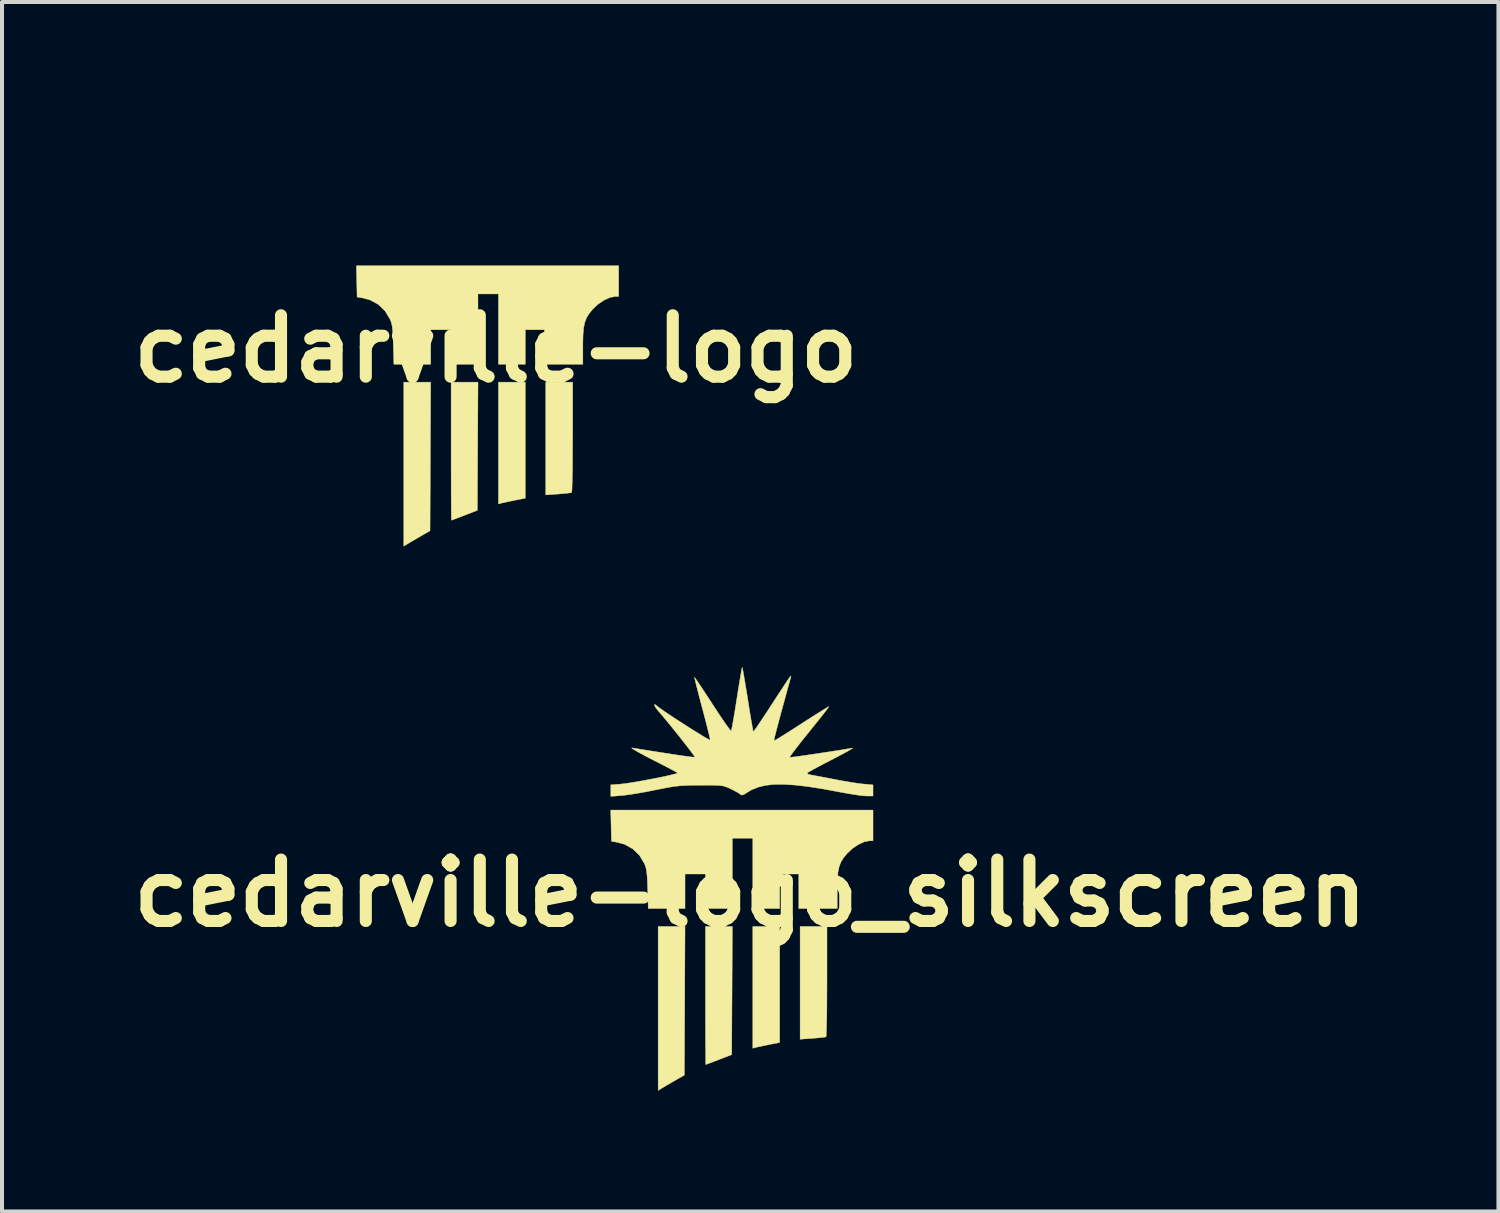
<source format=kicad_pcb>
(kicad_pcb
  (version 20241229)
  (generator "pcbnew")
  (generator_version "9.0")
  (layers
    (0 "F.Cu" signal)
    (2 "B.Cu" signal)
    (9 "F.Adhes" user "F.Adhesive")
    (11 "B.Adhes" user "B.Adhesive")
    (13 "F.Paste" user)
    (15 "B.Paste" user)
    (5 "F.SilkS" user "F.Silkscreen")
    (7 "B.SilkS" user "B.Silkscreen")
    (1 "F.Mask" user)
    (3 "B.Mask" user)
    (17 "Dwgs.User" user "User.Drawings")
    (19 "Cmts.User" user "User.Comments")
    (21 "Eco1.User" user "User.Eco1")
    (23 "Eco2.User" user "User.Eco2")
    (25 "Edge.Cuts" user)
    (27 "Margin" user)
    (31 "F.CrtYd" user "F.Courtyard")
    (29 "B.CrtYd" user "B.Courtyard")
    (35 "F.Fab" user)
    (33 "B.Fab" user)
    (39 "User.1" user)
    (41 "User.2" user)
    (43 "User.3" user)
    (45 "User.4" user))
  (footprint "cedarville-logo"
    (layer "F.Cu")
    (at 9.26 5.611)
    (property "Reference" "cedarville-logo" (at 0 0 0) (layer "F.SilkS") (effects (font (size 1.524 1.524) (thickness 0.3))))
    (attr through_hole)
    (fp_poly (pts (xy -0.19 -5.573) (xy -0.174 -5.486) (xy -0.151 -5.353) (xy -0.122 -5.182) (xy -0.089 -4.984) (xy -0.061 -4.808) (xy -0.027 -4.592) (xy 0.005 -4.398) (xy 0.033 -4.235) (xy 0.055 -4.11) (xy 0.07 -4.032) (xy 0.076 -4.009) (xy 0.095 -4.032) (xy 0.145 -4.1) (xy 0.219 -4.208) (xy 0.313 -4.348) (xy 0.422 -4.513) (xy 0.512 -4.652) (xy 0.632 -4.836) (xy 0.742 -5.004) (xy 0.837 -5.149) (xy 0.912 -5.262) (xy 0.962 -5.336) (xy 0.979 -5.359) (xy 1.009 -5.394) (xy 1.01 -5.375) (xy 1.003 -5.35) (xy 0.99 -5.302) (xy 0.963 -5.203) (xy 0.924 -5.061) (xy 0.876 -4.885) (xy 0.821 -4.685) (xy 0.781 -4.54) (xy 0.725 -4.333) (xy 0.676 -4.147) (xy 0.635 -3.991) (xy 0.606 -3.873) (xy 0.59 -3.801) (xy 0.588 -3.783) (xy 0.616 -3.797) (xy 0.691 -3.84) (xy 0.804 -3.91) (xy 0.948 -4.001) (xy 1.117 -4.108) (xy 1.27 -4.207) (xy 1.453 -4.325) (xy 1.618 -4.43) (xy 1.758 -4.517) (xy 1.864 -4.583) (xy 1.931 -4.622) (xy 1.951 -4.631) (xy 1.934 -4.604) (xy 1.883 -4.535) (xy 1.801 -4.43) (xy 1.696 -4.297) (xy 1.57 -4.141) (xy 1.457 -4) (xy 1.321 -3.832) (xy 1.201 -3.679) (xy 1.102 -3.551) (xy 1.029 -3.452) (xy 0.988 -3.391) (xy 0.981 -3.372) (xy 1.017 -3.375) (xy 1.105 -3.386) (xy 1.235 -3.403) (xy 1.397 -3.426) (xy 1.58 -3.453) (xy 1.774 -3.482) (xy 1.968 -3.512) (xy 2.152 -3.54) (xy 2.317 -3.566) (xy 2.45 -3.589) (xy 2.54 -3.605) (xy 2.537 -3.596) (xy 2.485 -3.562) (xy 2.389 -3.508) (xy 2.258 -3.437) (xy 2.098 -3.353) (xy 2.037 -3.321) (xy 1.859 -3.23) (xy 1.701 -3.146) (xy 1.569 -3.076) (xy 1.475 -3.023) (xy 1.425 -2.993) (xy 1.421 -2.99) (xy 1.422 -2.963) (xy 1.483 -2.942) (xy 1.512 -2.936) (xy 1.587 -2.922) (xy 1.709 -2.899) (xy 1.865 -2.87) (xy 2.038 -2.836) (xy 2.111 -2.822) (xy 2.3 -2.787) (xy 2.489 -2.755) (xy 2.658 -2.729) (xy 2.789 -2.712) (xy 2.818 -2.71) (xy 3.048 -2.689) (xy 3.048 -2.413) (xy 2.888 -2.413) (xy 2.8 -2.419) (xy 2.666 -2.436) (xy 2.5 -2.462) (xy 2.32 -2.493) (xy 2.245 -2.507) (xy 1.815 -2.587) (xy 1.439 -2.646) (xy 1.113 -2.684) (xy 0.83 -2.702) (xy 0.587 -2.7) (xy 0.378 -2.676) (xy 0.196 -2.632) (xy 0.038 -2.568) (xy -0.08 -2.498) (xy -0.158 -2.449) (xy -0.207 -2.435) (xy -0.244 -2.452) (xy -0.253 -2.46) (xy -0.307 -2.497) (xy -0.399 -2.547) (xy -0.493 -2.594) (xy -0.564 -2.626) (xy -0.626 -2.649) (xy -0.691 -2.665) (xy -0.771 -2.675) (xy -0.879 -2.68) (xy -1.025 -2.681) (xy -1.222 -2.681) (xy -1.238 -2.681) (xy -1.447 -2.679) (xy -1.615 -2.674) (xy -1.76 -2.664) (xy -1.901 -2.648) (xy -2.057 -2.622) (xy -2.246 -2.585) (xy -2.365 -2.561) (xy -2.57 -2.52) (xy -2.775 -2.484) (xy -2.963 -2.453) (xy -3.117 -2.432) (xy -3.199 -2.423) (xy -3.461 -2.404) (xy -3.461 -2.69) (xy -3.231 -2.707) (xy -3.126 -2.719) (xy -2.986 -2.739) (xy -2.82 -2.766) (xy -2.64 -2.798) (xy -2.455 -2.833) (xy -2.275 -2.868) (xy -2.111 -2.902) (xy -1.972 -2.934) (xy -1.868 -2.96) (xy -1.81 -2.979) (xy -1.801 -2.987) (xy -1.836 -3.007) (xy -1.918 -3.052) (xy -2.04 -3.116) (xy -2.192 -3.195) (xy -2.367 -3.285) (xy -2.429 -3.316) (xy -2.6 -3.405) (xy -2.744 -3.482) (xy -2.854 -3.544) (xy -2.922 -3.587) (xy -2.944 -3.607) (xy -2.937 -3.608) (xy -2.529 -3.542) (xy -2.183 -3.488) (xy -1.899 -3.444) (xy -1.677 -3.411) (xy -1.516 -3.389) (xy -1.415 -3.378) (xy -1.375 -3.377) (xy -1.374 -3.378) (xy -1.389 -3.405) (xy -1.438 -3.473) (xy -1.514 -3.575) (xy -1.611 -3.7) (xy -1.722 -3.842) (xy -1.842 -3.992) (xy -1.963 -4.143) (xy -2.08 -4.285) (xy -2.185 -4.411) (xy -2.272 -4.512) (xy -2.276 -4.517) (xy -2.338 -4.595) (xy -2.373 -4.653) (xy -2.378 -4.684) (xy -2.352 -4.678) (xy -2.31 -4.644) (xy -2.258 -4.603) (xy -2.166 -4.538) (xy -2.044 -4.455) (xy -1.9 -4.359) (xy -1.742 -4.257) (xy -1.58 -4.152) (xy -1.422 -4.052) (xy -1.277 -3.962) (xy -1.153 -3.886) (xy -1.059 -3.832) (xy -1.004 -3.803) (xy -0.993 -3.801) (xy -0.999 -3.837) (xy -1.019 -3.926) (xy -1.052 -4.06) (xy -1.094 -4.228) (xy -1.145 -4.424) (xy -1.188 -4.588) (xy -1.244 -4.797) (xy -1.293 -4.985) (xy -1.333 -5.144) (xy -1.363 -5.264) (xy -1.38 -5.339) (xy -1.383 -5.359) (xy -1.364 -5.336) (xy -1.315 -5.266) (xy -1.242 -5.157) (xy -1.148 -5.015) (xy -1.038 -4.848) (xy -0.933 -4.686) (xy -0.813 -4.502) (xy -0.704 -4.339) (xy -0.611 -4.204) (xy -0.538 -4.102) (xy -0.49 -4.041) (xy -0.473 -4.026) (xy -0.463 -4.062) (xy -0.445 -4.153) (xy -0.421 -4.288) (xy -0.391 -4.46) (xy -0.359 -4.661) (xy -0.332 -4.833) (xy -0.298 -5.047) (xy -0.267 -5.237) (xy -0.24 -5.397) (xy -0.219 -5.517) (xy -0.204 -5.589) (xy -0.198 -5.606) (xy -0.19 -5.573)) (stroke (width 0.01) (type solid)) (fill yes) (layer "F.Mask"))
    (fp_poly (pts (xy -1.635 4.516) (xy -1.841 4.634) (xy -1.963 4.705) (xy -2.081 4.773) (xy -2.167 4.824) (xy -2.286 4.896) (xy -2.286 0.826) (xy -1.619 0.826) (xy -1.635 4.516)) (stroke (width 0.01) (type solid)) (fill yes) (layer "F.SilkS"))
    (fp_poly (pts (xy 0.73 3.706) (xy 0.468 3.758) (xy 0.338 3.785) (xy 0.224 3.81) (xy 0.147 3.827) (xy 0.135 3.83) (xy 0.064 3.849) (xy 0.064 0.826) (xy 0.73 0.826) (xy 0.73 3.706)) (stroke (width 0.01) (type solid)) (fill yes) (layer "F.SilkS"))
    (fp_poly (pts (xy 1.905 2.189) (xy 1.904 2.477) (xy 1.903 2.745) (xy 1.901 2.986) (xy 1.897 3.194) (xy 1.893 3.362) (xy 1.889 3.484) (xy 1.884 3.553) (xy 1.881 3.566) (xy 1.841 3.574) (xy 1.753 3.585) (xy 1.631 3.596) (xy 1.548 3.603) (xy 1.238 3.625) (xy 1.238 0.826) (xy 1.905 0.826) (xy 1.905 2.189)) (stroke (width 0.01) (type solid)) (fill yes) (layer "F.SilkS"))
    (fp_poly (pts (xy -0.46 4.008) (xy -0.778 4.131) (xy -0.908 4.181) (xy -1.014 4.221) (xy -1.083 4.247) (xy -1.103 4.254) (xy -1.105 4.224) (xy -1.106 4.135) (xy -1.107 3.995) (xy -1.109 3.808) (xy -1.11 3.581) (xy -1.11 3.32) (xy -1.111 3.029) (xy -1.111 2.716) (xy -1.111 2.54) (xy -1.111 0.826) (xy -0.444 0.826) (xy -0.46 4.008)) (stroke (width 0.01) (type solid)) (fill yes) (layer "F.SilkS"))
    (fp_poly (pts (xy -0.207 -2.064) (xy 3.048 -2.064) (xy 3.048 -1.302) (xy 2.961 -1.301) (xy 2.833 -1.277) (xy 2.686 -1.21) (xy 2.538 -1.111) (xy 2.408 -0.99) (xy 2.407 -0.989) (xy 2.318 -0.881) (xy 2.253 -0.776) (xy 2.208 -0.662) (xy 2.179 -0.525) (xy 2.164 -0.353) (xy 2.159 -0.133) (xy 2.159 -0.074) (xy 2.159 0.381) (xy 1.206 0.381) (xy 1.206 -0.476) (xy 0.73 -0.476) (xy 0.73 0.381) (xy 0.064 0.381) (xy 0.064 -1.365) (xy -0.445 -1.365) (xy -0.445 0.381) (xy -1.111 0.381) (xy -1.111 -0.476) (xy -1.619 -0.476) (xy -1.619 0.381) (xy -2.532 0.381) (xy -2.546 -0.103) (xy -2.553 -0.303) (xy -2.562 -0.451) (xy -2.575 -0.562) (xy -2.593 -0.646) (xy -2.618 -0.717) (xy -2.625 -0.732) (xy -2.751 -0.941) (xy -2.918 -1.102) (xy -3.122 -1.214) (xy -3.306 -1.264) (xy -3.445 -1.288) (xy -3.463 -2.064) (xy -0.207 -2.064)) (stroke (width 0.01) (type solid)) (fill yes) (layer "F.SilkS")))
  (footprint "cedarville-logo_silkscreen"
    (layer "F.Cu")
    (at 15.574 19.123)
    (property "Reference" "cedarville-logo_silkscreen" (at 0 0 0) (layer "F.SilkS") (effects (font (size 1.524 1.524) (thickness 0.3))))
    (attr through_hole)
    (fp_poly (pts (xy -1.635 4.516) (xy -1.841 4.634) (xy -1.963 4.705) (xy -2.081 4.773) (xy -2.167 4.824) (xy -2.286 4.896) (xy -2.286 0.826) (xy -1.619 0.826) (xy -1.635 4.516)) (stroke (width 0.01) (type solid)) (fill yes) (layer "F.SilkS"))
    (fp_poly (pts (xy 0.73 3.706) (xy 0.468 3.758) (xy 0.338 3.785) (xy 0.224 3.81) (xy 0.147 3.827) (xy 0.135 3.83) (xy 0.064 3.849) (xy 0.064 0.826) (xy 0.73 0.826) (xy 0.73 3.706)) (stroke (width 0.01) (type solid)) (fill yes) (layer "F.SilkS"))
    (fp_poly (pts (xy 1.905 2.189) (xy 1.904 2.477) (xy 1.903 2.745) (xy 1.901 2.986) (xy 1.897 3.194) (xy 1.893 3.362) (xy 1.889 3.484) (xy 1.884 3.553) (xy 1.881 3.566) (xy 1.841 3.574) (xy 1.753 3.585) (xy 1.631 3.596) (xy 1.548 3.603) (xy 1.238 3.625) (xy 1.238 0.826) (xy 1.905 0.826) (xy 1.905 2.189)) (stroke (width 0.01) (type solid)) (fill yes) (layer "F.SilkS"))
    (fp_poly (pts (xy -0.46 4.008) (xy -0.778 4.131) (xy -0.908 4.181) (xy -1.014 4.221) (xy -1.083 4.247) (xy -1.103 4.254) (xy -1.105 4.224) (xy -1.106 4.135) (xy -1.107 3.995) (xy -1.109 3.808) (xy -1.11 3.581) (xy -1.11 3.32) (xy -1.111 3.029) (xy -1.111 2.716) (xy -1.111 2.54) (xy -1.111 0.826) (xy -0.444 0.826) (xy -0.46 4.008)) (stroke (width 0.01) (type solid)) (fill yes) (layer "F.SilkS"))
    (fp_poly (pts (xy -0.207 -2.064) (xy 3.048 -2.064) (xy 3.048 -1.302) (xy 2.961 -1.301) (xy 2.833 -1.277) (xy 2.686 -1.21) (xy 2.538 -1.111) (xy 2.408 -0.99) (xy 2.407 -0.989) (xy 2.318 -0.881) (xy 2.253 -0.776) (xy 2.208 -0.662) (xy 2.179 -0.525) (xy 2.164 -0.353) (xy 2.159 -0.133) (xy 2.159 -0.074) (xy 2.159 0.381) (xy 1.206 0.381) (xy 1.206 -0.476) (xy 0.73 -0.476) (xy 0.73 0.381) (xy 0.064 0.381) (xy 0.064 -1.365) (xy -0.445 -1.365) (xy -0.445 0.381) (xy -1.111 0.381) (xy -1.111 -0.476) (xy -1.619 -0.476) (xy -1.619 0.381) (xy -2.532 0.381) (xy -2.546 -0.103) (xy -2.553 -0.303) (xy -2.562 -0.451) (xy -2.575 -0.562) (xy -2.593 -0.646) (xy -2.618 -0.717) (xy -2.625 -0.732) (xy -2.751 -0.941) (xy -2.918 -1.102) (xy -3.122 -1.214) (xy -3.306 -1.264) (xy -3.445 -1.288) (xy -3.463 -2.064) (xy -0.207 -2.064)) (stroke (width 0.01) (type solid)) (fill yes) (layer "F.SilkS"))
    (fp_poly (pts (xy -0.19 -5.573) (xy -0.174 -5.486) (xy -0.151 -5.353) (xy -0.122 -5.182) (xy -0.089 -4.984) (xy -0.061 -4.808) (xy -0.027 -4.592) (xy 0.005 -4.398) (xy 0.033 -4.235) (xy 0.055 -4.11) (xy 0.07 -4.032) (xy 0.076 -4.009) (xy 0.095 -4.032) (xy 0.145 -4.1) (xy 0.219 -4.208) (xy 0.313 -4.348) (xy 0.422 -4.513) (xy 0.512 -4.652) (xy 0.632 -4.836) (xy 0.742 -5.004) (xy 0.837 -5.149) (xy 0.912 -5.262) (xy 0.962 -5.336) (xy 0.979 -5.359) (xy 1.009 -5.394) (xy 1.01 -5.375) (xy 1.003 -5.35) (xy 0.99 -5.302) (xy 0.963 -5.203) (xy 0.924 -5.061) (xy 0.876 -4.885) (xy 0.821 -4.685) (xy 0.781 -4.54) (xy 0.725 -4.333) (xy 0.676 -4.147) (xy 0.635 -3.991) (xy 0.606 -3.873) (xy 0.59 -3.801) (xy 0.588 -3.783) (xy 0.616 -3.797) (xy 0.691 -3.84) (xy 0.804 -3.91) (xy 0.948 -4.001) (xy 1.117 -4.108) (xy 1.27 -4.207) (xy 1.453 -4.325) (xy 1.618 -4.43) (xy 1.758 -4.517) (xy 1.864 -4.583) (xy 1.931 -4.622) (xy 1.951 -4.631) (xy 1.934 -4.604) (xy 1.883 -4.535) (xy 1.801 -4.43) (xy 1.696 -4.297) (xy 1.57 -4.141) (xy 1.457 -4) (xy 1.321 -3.832) (xy 1.201 -3.679) (xy 1.102 -3.551) (xy 1.029 -3.452) (xy 0.988 -3.391) (xy 0.981 -3.372) (xy 1.017 -3.375) (xy 1.105 -3.386) (xy 1.235 -3.403) (xy 1.397 -3.426) (xy 1.58 -3.453) (xy 1.774 -3.482) (xy 1.968 -3.512) (xy 2.152 -3.54) (xy 2.317 -3.566) (xy 2.45 -3.589) (xy 2.54 -3.605) (xy 2.537 -3.596) (xy 2.485 -3.562) (xy 2.389 -3.508) (xy 2.258 -3.437) (xy 2.098 -3.353) (xy 2.037 -3.321) (xy 1.859 -3.23) (xy 1.701 -3.146) (xy 1.569 -3.076) (xy 1.475 -3.023) (xy 1.425 -2.993) (xy 1.421 -2.99) (xy 1.422 -2.963) (xy 1.483 -2.942) (xy 1.512 -2.936) (xy 1.587 -2.922) (xy 1.709 -2.899) (xy 1.865 -2.87) (xy 2.038 -2.836) (xy 2.111 -2.822) (xy 2.3 -2.787) (xy 2.489 -2.755) (xy 2.658 -2.729) (xy 2.789 -2.712) (xy 2.818 -2.71) (xy 3.048 -2.689) (xy 3.048 -2.413) (xy 2.888 -2.413) (xy 2.8 -2.419) (xy 2.666 -2.436) (xy 2.5 -2.462) (xy 2.32 -2.493) (xy 2.245 -2.507) (xy 1.815 -2.587) (xy 1.439 -2.646) (xy 1.113 -2.684) (xy 0.83 -2.702) (xy 0.587 -2.7) (xy 0.378 -2.676) (xy 0.196 -2.632) (xy 0.038 -2.568) (xy -0.08 -2.498) (xy -0.158 -2.449) (xy -0.207 -2.435) (xy -0.244 -2.452) (xy -0.253 -2.46) (xy -0.307 -2.497) (xy -0.399 -2.547) (xy -0.493 -2.594) (xy -0.564 -2.626) (xy -0.626 -2.649) (xy -0.691 -2.665) (xy -0.771 -2.675) (xy -0.879 -2.68) (xy -1.025 -2.681) (xy -1.222 -2.681) (xy -1.238 -2.681) (xy -1.447 -2.679) (xy -1.615 -2.674) (xy -1.76 -2.664) (xy -1.901 -2.648) (xy -2.057 -2.622) (xy -2.246 -2.585) (xy -2.365 -2.561) (xy -2.57 -2.52) (xy -2.775 -2.484) (xy -2.963 -2.453) (xy -3.117 -2.432) (xy -3.199 -2.423) (xy -3.461 -2.404) (xy -3.461 -2.69) (xy -3.231 -2.707) (xy -3.126 -2.719) (xy -2.986 -2.739) (xy -2.82 -2.766) (xy -2.64 -2.798) (xy -2.455 -2.833) (xy -2.275 -2.868) (xy -2.111 -2.902) (xy -1.972 -2.934) (xy -1.868 -2.96) (xy -1.81 -2.979) (xy -1.801 -2.987) (xy -1.836 -3.007) (xy -1.918 -3.052) (xy -2.04 -3.116) (xy -2.192 -3.195) (xy -2.367 -3.285) (xy -2.429 -3.316) (xy -2.6 -3.405) (xy -2.744 -3.482) (xy -2.854 -3.544) (xy -2.922 -3.587) (xy -2.944 -3.607) (xy -2.937 -3.608) (xy -2.529 -3.542) (xy -2.183 -3.488) (xy -1.899 -3.444) (xy -1.677 -3.411) (xy -1.516 -3.389) (xy -1.415 -3.378) (xy -1.375 -3.377) (xy -1.374 -3.378) (xy -1.389 -3.405) (xy -1.438 -3.473) (xy -1.514 -3.575) (xy -1.611 -3.7) (xy -1.722 -3.842) (xy -1.842 -3.992) (xy -1.963 -4.143) (xy -2.08 -4.285) (xy -2.185 -4.411) (xy -2.272 -4.512) (xy -2.276 -4.517) (xy -2.338 -4.595) (xy -2.373 -4.653) (xy -2.378 -4.684) (xy -2.352 -4.678) (xy -2.31 -4.644) (xy -2.258 -4.603) (xy -2.166 -4.538) (xy -2.044 -4.455) (xy -1.9 -4.359) (xy -1.742 -4.257) (xy -1.58 -4.152) (xy -1.422 -4.052) (xy -1.277 -3.962) (xy -1.153 -3.886) (xy -1.059 -3.832) (xy -1.004 -3.803) (xy -0.993 -3.801) (xy -0.999 -3.837) (xy -1.019 -3.926) (xy -1.052 -4.06) (xy -1.094 -4.228) (xy -1.145 -4.424) (xy -1.188 -4.588) (xy -1.244 -4.797) (xy -1.293 -4.985) (xy -1.333 -5.144) (xy -1.363 -5.264) (xy -1.38 -5.339) (xy -1.383 -5.359) (xy -1.364 -5.336) (xy -1.315 -5.266) (xy -1.242 -5.157) (xy -1.148 -5.015) (xy -1.038 -4.848) (xy -0.933 -4.686) (xy -0.813 -4.502) (xy -0.704 -4.339) (xy -0.611 -4.204) (xy -0.538 -4.102) (xy -0.49 -4.041) (xy -0.473 -4.026) (xy -0.463 -4.062) (xy -0.445 -4.153) (xy -0.421 -4.288) (xy -0.391 -4.46) (xy -0.359 -4.661) (xy -0.332 -4.833) (xy -0.298 -5.047) (xy -0.267 -5.237) (xy -0.24 -5.397) (xy -0.219 -5.517) (xy -0.204 -5.589) (xy -0.198 -5.606) (xy -0.19 -5.573)) (stroke (width 0.01) (type solid)) (fill yes) (layer "F.SilkS")))
  (gr_rect
    (start -3 -3)
    (end 34.148 27.024)
    (stroke (width 0.1) (type default))
    (fill no)
    (layer "Edge.Cuts")))
</source>
